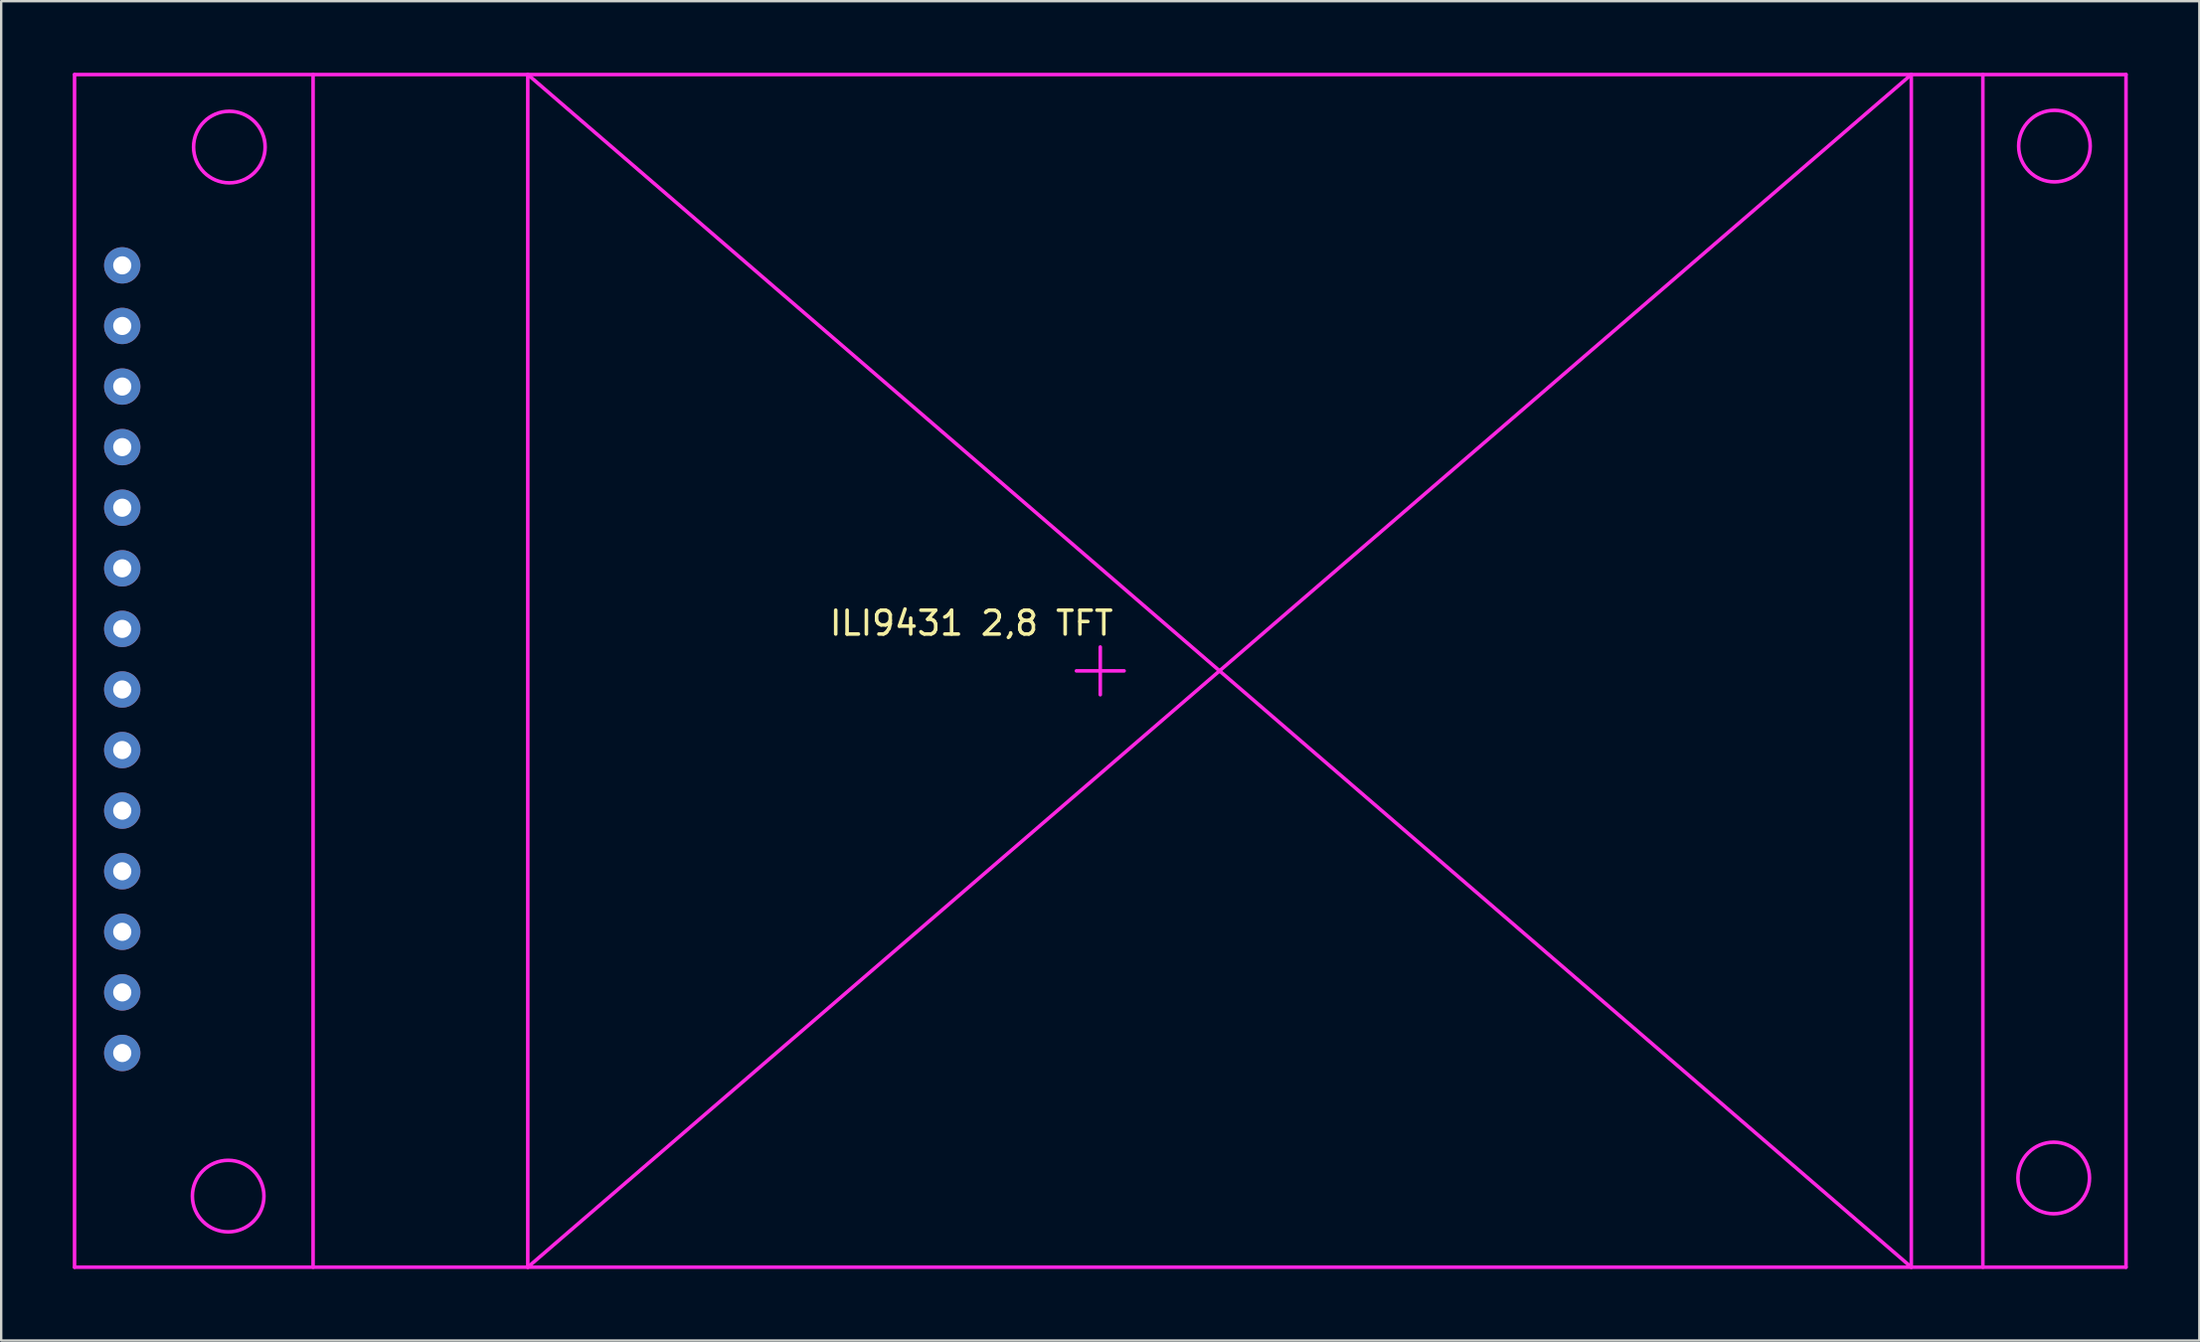
<source format=kicad_pcb>
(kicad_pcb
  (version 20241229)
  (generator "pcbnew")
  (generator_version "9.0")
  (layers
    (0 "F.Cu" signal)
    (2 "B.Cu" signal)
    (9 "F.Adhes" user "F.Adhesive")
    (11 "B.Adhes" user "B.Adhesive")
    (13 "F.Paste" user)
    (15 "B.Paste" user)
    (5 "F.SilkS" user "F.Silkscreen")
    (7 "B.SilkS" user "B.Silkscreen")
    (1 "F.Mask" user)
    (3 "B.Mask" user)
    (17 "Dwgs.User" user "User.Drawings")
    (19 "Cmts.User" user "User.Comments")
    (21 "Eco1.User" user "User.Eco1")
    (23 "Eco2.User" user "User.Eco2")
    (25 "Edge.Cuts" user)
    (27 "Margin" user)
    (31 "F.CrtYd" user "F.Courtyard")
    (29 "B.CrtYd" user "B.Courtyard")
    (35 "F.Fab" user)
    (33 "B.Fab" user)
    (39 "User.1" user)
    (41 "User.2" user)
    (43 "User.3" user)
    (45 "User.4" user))
  (footprint "ILI9431 2,8 TFT"
    (layer "F.Cu")
    (at 43.075 25.075)
    (property "Reference" "ILI9431 2,8 TFT" (at -5.4 -2 0) (layer "F.SilkS") (effects (font (size 1 1) (thickness 0.15))))
    (attr through_hole)
    (fp_line (start -43 -25) (end 43 -25) (stroke (width 0.15) (type solid)) (layer "F.CrtYd"))
    (fp_line (start -43 25) (end -43 -25) (stroke (width 0.15) (type solid)) (layer "F.CrtYd"))
    (fp_line (start -33 -25) (end -33 25) (stroke (width 0.15) (type solid)) (layer "F.CrtYd"))
    (fp_line (start -24 -25) (end -24 25) (stroke (width 0.15) (type solid)) (layer "F.CrtYd"))
    (fp_line (start -24 -25) (end 34 25) (stroke (width 0.15) (type solid)) (layer "F.CrtYd"))
    (fp_line (start 0 -1) (end 0 1) (stroke (width 0.15) (type solid)) (layer "F.CrtYd"))
    (fp_line (start 1 0) (end -1 0) (stroke (width 0.15) (type solid)) (layer "F.CrtYd"))
    (fp_line (start 34 -25) (end -24 25) (stroke (width 0.15) (type solid)) (layer "F.CrtYd"))
    (fp_line (start 34 -25) (end 34 25) (stroke (width 0.15) (type solid)) (layer "F.CrtYd"))
    (fp_line (start 37 -25) (end 37 25) (stroke (width 0.15) (type solid)) (layer "F.CrtYd"))
    (fp_line (start 43 -25) (end 43 25) (stroke (width 0.15) (type solid)) (layer "F.CrtYd"))
    (fp_line (start 43 25) (end -43 25) (stroke (width 0.15) (type solid)) (layer "F.CrtYd"))
    (fp_circle (center -36.56 22.02) (end -36.56 23.52) (stroke (width 0.15) (type solid)) (fill no) (layer "F.CrtYd"))
    (fp_circle (center -36.51 -21.96) (end -36.51 -20.46) (stroke (width 0.15) (type solid)) (fill no) (layer "F.CrtYd"))
    (fp_circle (center 39.97 21.26) (end 39.97 22.76) (stroke (width 0.15) (type solid)) (fill no) (layer "F.CrtYd"))
    (fp_circle (center 40 -22) (end 40 -20.5) (stroke (width 0.15) (type solid)) (fill no) (layer "F.CrtYd"))
    (pad "1" thru_hole circle (at -41 -17) (size 1.524 1.524) (drill 0.762) (layers "*.Cu" "*.Mask"))
    (pad "2" thru_hole circle (at -41 -14.46) (size 1.524 1.524) (drill 0.762) (layers "*.Cu" "*.Mask"))
    (pad "3" thru_hole circle (at -41 -11.92) (size 1.524 1.524) (drill 0.762) (layers "*.Cu" "*.Mask"))
    (pad "4" thru_hole circle (at -41 -9.38) (size 1.524 1.524) (drill 0.762) (layers "*.Cu" "*.Mask"))
    (pad "5" thru_hole circle (at -41 -6.84) (size 1.524 1.524) (drill 0.762) (layers "*.Cu" "*.Mask"))
    (pad "6" thru_hole circle (at -41 -4.3) (size 1.524 1.524) (drill 0.762) (layers "*.Cu" "*.Mask"))
    (pad "7" thru_hole circle (at -41 -1.76) (size 1.524 1.524) (drill 0.762) (layers "*.Cu" "*.Mask"))
    (pad "8" thru_hole circle (at -41 0.78) (size 1.524 1.524) (drill 0.762) (layers "*.Cu" "*.Mask"))
    (pad "9" thru_hole circle (at -41 3.32) (size 1.524 1.524) (drill 0.762) (layers "*.Cu" "*.Mask"))
    (pad "10" thru_hole circle (at -41 5.86) (size 1.524 1.524) (drill 0.762) (layers "*.Cu" "*.Mask"))
    (pad "11" thru_hole circle (at -41 8.4) (size 1.524 1.524) (drill 0.762) (layers "*.Cu" "*.Mask"))
    (pad "12" thru_hole circle (at -41 10.94) (size 1.524 1.524) (drill 0.762) (layers "*.Cu" "*.Mask"))
    (pad "13" thru_hole circle (at -41 13.48) (size 1.524 1.524) (drill 0.762) (layers "*.Cu" "*.Mask"))
    (pad "14" thru_hole circle (at -41 16.02) (size 1.524 1.524) (drill 0.762) (layers "*.Cu" "*.Mask")))
  (gr_rect
    (start -3 -3)
    (end 89.15 53.15)
    (stroke (width 0.1) (type default))
    (fill no)
    (layer "Edge.Cuts")))
</source>
